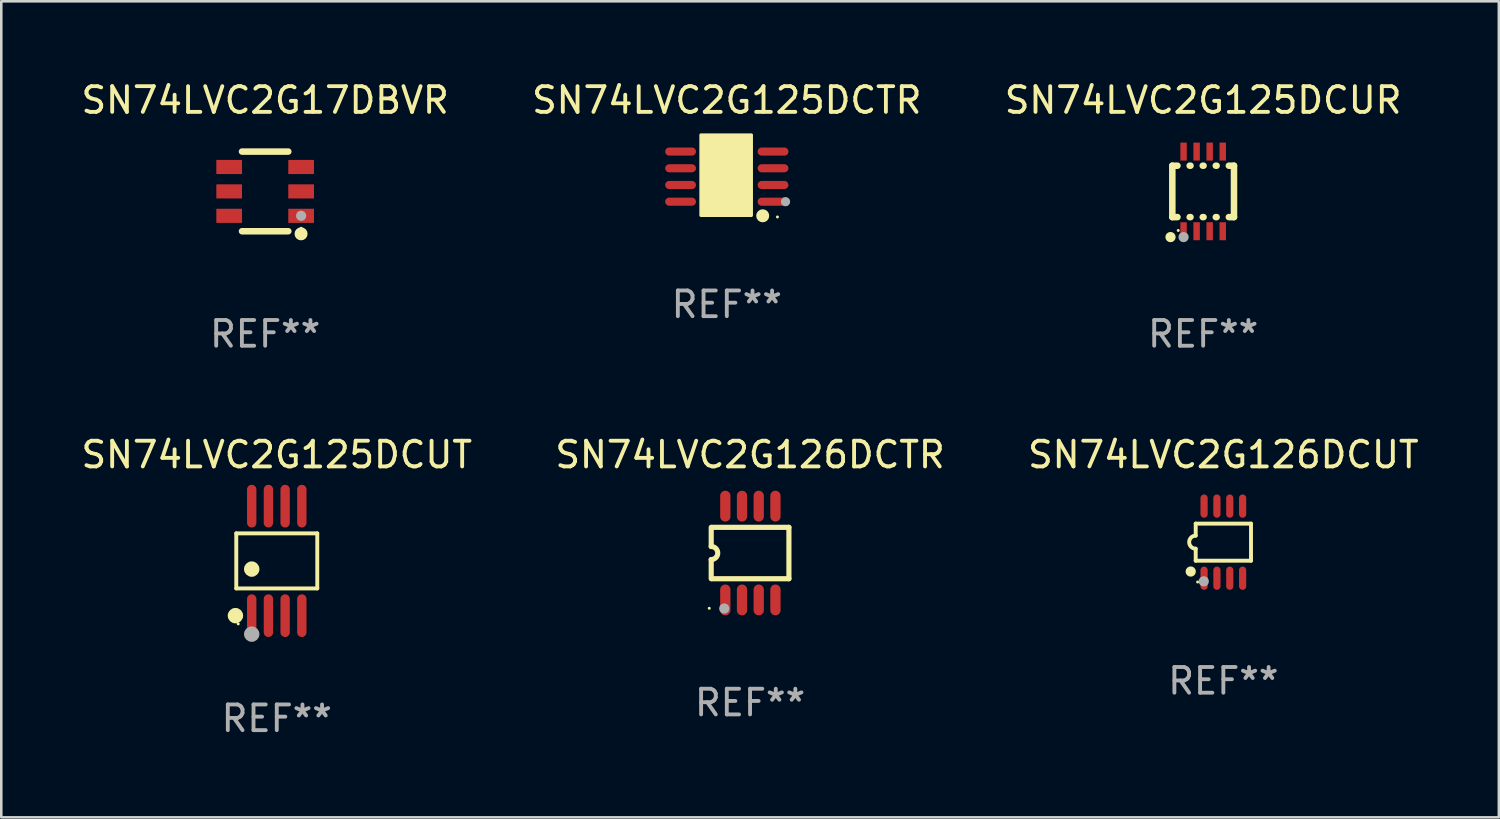
<source format=kicad_pcb>
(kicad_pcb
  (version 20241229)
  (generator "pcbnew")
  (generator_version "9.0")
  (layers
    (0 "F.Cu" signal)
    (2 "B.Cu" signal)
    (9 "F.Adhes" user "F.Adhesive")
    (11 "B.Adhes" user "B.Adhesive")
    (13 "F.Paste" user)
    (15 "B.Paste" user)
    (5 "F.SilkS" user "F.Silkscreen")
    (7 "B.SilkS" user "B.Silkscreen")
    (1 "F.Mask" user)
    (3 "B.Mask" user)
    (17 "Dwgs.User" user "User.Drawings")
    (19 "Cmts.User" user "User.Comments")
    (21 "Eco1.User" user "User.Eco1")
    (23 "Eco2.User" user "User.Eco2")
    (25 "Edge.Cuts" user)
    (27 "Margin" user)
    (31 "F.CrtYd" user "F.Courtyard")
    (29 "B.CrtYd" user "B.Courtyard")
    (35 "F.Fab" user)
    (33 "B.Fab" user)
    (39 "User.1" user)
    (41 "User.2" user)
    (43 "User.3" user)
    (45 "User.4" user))
  (footprint "SN74LVC2G17DBVR"
    (layer "F.Cu")
    (at 7.268 4.398)
    (property "Reference" "SN74LVC2G17DBVR" (at 0 -3.55 0) (layer "F.SilkS") (effects (font (size 1 1) (thickness 0.15))))
    (attr through_hole)
    (fp_line (start -0.9 -1.55) (end 0.9 -1.55) (stroke (width 0.254) (type solid)) (layer "F.SilkS"))
    (fp_line (start -0.9 1.55) (end 0.9 1.55) (stroke (width 0.254) (type solid)) (layer "F.SilkS"))
    (fp_circle (center 1.397 1.651) (end 1.524 1.651) (stroke (width 0.254) (type solid)) (fill no) (layer "F.SilkS"))
    (fp_circle (center 1.4 1.435) (end 1.43 1.435) (stroke (width 0.06) (type solid)) (fill no) (layer "F.SilkS"))
    (fp_circle (center 1.4 0.95) (end 1.5 0.95) (stroke (width 0.2) (type solid)) (fill no) (layer "F.Fab"))
    (fp_text user "REF**" (at 0 5.55 0) (layer "F.Fab") (effects (font (size 1 1) (thickness 0.15))))
    (pad "1" smd rect (at 1.4 0.95) (size 1 0.55) (layers "F.Cu" "F.Mask" "F.Paste"))
    (pad "2" smd rect (at 1.4 -0.000102) (size 1 0.55) (layers "F.Cu" "F.Mask" "F.Paste"))
    (pad "3" smd rect (at 1.4 -0.95) (size 1 0.55) (layers "F.Cu" "F.Mask" "F.Paste"))
    (pad "4" smd rect (at -1.4 -0.95) (size 1 0.55) (layers "F.Cu" "F.Mask" "F.Paste"))
    (pad "5" smd rect (at -1.4 -0.000102) (size 1 0.55) (layers "F.Cu" "F.Mask" "F.Paste"))
    (pad "6" smd rect (at -1.4 0.95) (size 1 0.55) (layers "F.Cu" "F.Mask" "F.Paste")))
  (footprint "SN74LVC2G126DCUT"
    (layer "F.Cu")
    (at 44.554 18.047)
    (property "Reference" "SN74LVC2G126DCUT" (at 0 -3.403 0) (layer "F.SilkS") (effects (font (size 1 1) (thickness 0.15))))
    (attr through_hole)
    (fp_line (start -1.076 -0.721) (end 1.076 -0.721) (stroke (width 0.152) (type solid)) (layer "F.SilkS"))
    (fp_line (start -1.076 -0.254) (end -1.076 -0.721) (stroke (width 0.152) (type solid)) (layer "F.SilkS"))
    (fp_line (start -1.076 0.254) (end -1.076 0.721) (stroke (width 0.152) (type solid)) (layer "F.SilkS"))
    (fp_line (start 1.076 -0.721) (end 1.076 0.721) (stroke (width 0.152) (type solid)) (layer "F.SilkS"))
    (fp_line (start 1.076 0.721) (end -1.076 0.721) (stroke (width 0.152) (type solid)) (layer "F.SilkS"))
    (fp_arc (start -1.076226 0.254051) (mid -1.330226 0.000051) (end -1.076226 -0.253949) (stroke (width 0.151994) (type solid)) (layer "F.SilkS"))
    (fp_circle (center -1.27 1.143) (end -1.17 1.143) (stroke (width 0.2) (type solid)) (fill no) (layer "F.SilkS"))
    (fp_circle (center -1 1.55) (end -0.97 1.55) (stroke (width 0.06) (type solid)) (fill no) (layer "F.SilkS"))
    (fp_circle (center -0.762 1.524) (end -0.662 1.524) (stroke (width 0.2) (type solid)) (fill no) (layer "F.Fab"))
    (fp_text user "REF**" (at 0 5.403 0) (layer "F.Fab") (effects (font (size 1 1) (thickness 0.15))))
    (pad "1" smd oval (at -0.75 1.403) (size 0.28 0.905) (layers "F.Cu" "F.Mask" "F.Paste"))
    (pad "2" smd oval (at -0.25 1.403) (size 0.28 0.905) (layers "F.Cu" "F.Mask" "F.Paste"))
    (pad "3" smd oval (at 0.25 1.403) (size 0.28 0.905) (layers "F.Cu" "F.Mask" "F.Paste"))
    (pad "4" smd oval (at 0.75 1.403) (size 0.28 0.905) (layers "F.Cu" "F.Mask" "F.Paste"))
    (pad "5" smd oval (at 0.75 -1.403) (size 0.28 0.905) (layers "F.Cu" "F.Mask" "F.Paste"))
    (pad "6" smd oval (at 0.25 -1.403) (size 0.28 0.905) (layers "F.Cu" "F.Mask" "F.Paste"))
    (pad "7" smd oval (at -0.25 -1.403) (size 0.28 0.905) (layers "F.Cu" "F.Mask" "F.Paste"))
    (pad "8" smd oval (at -0.75 -1.403) (size 0.28 0.905) (layers "F.Cu" "F.Mask" "F.Paste")))
  (footprint "SN74LVC2G125DCUR"
    (layer "F.Cu")
    (at 43.768 4.398)
    (property "Reference" "SN74LVC2G125DCUR" (at 0 -3.55 0) (layer "F.SilkS") (effects (font (size 1 1) (thickness 0.15))))
    (attr through_hole)
    (fp_line (start -1.2 -1) (end -1 -1) (stroke (width 0.254) (type solid)) (layer "F.SilkS"))
    (fp_line (start -1.2 1) (end -1.2 -1) (stroke (width 0.254) (type solid)) (layer "F.SilkS"))
    (fp_line (start -1.2 1) (end -1 1) (stroke (width 0.254) (type solid)) (layer "F.SilkS"))
    (fp_line (start -0.524 -1) (end -0.492 -1) (stroke (width 0.254) (type solid)) (layer "F.SilkS"))
    (fp_line (start -0.524 1) (end -0.492 1) (stroke (width 0.254) (type solid)) (layer "F.SilkS"))
    (fp_line (start -0.016 -1) (end 0.016 -1) (stroke (width 0.254) (type solid)) (layer "F.SilkS"))
    (fp_line (start -0.016 1) (end 0.016 1) (stroke (width 0.254) (type solid)) (layer "F.SilkS"))
    (fp_line (start 0.492 -1) (end 0.524 -1) (stroke (width 0.254) (type solid)) (layer "F.SilkS"))
    (fp_line (start 0.492 1) (end 0.524 1) (stroke (width 0.254) (type solid)) (layer "F.SilkS"))
    (fp_line (start 1 -1) (end 1.2 -1) (stroke (width 0.254) (type solid)) (layer "F.SilkS"))
    (fp_line (start 1 1) (end 1.2 1) (stroke (width 0.254) (type solid)) (layer "F.SilkS"))
    (fp_line (start 1.2 -1) (end 1.2 1) (stroke (width 0.254) (type solid)) (layer "F.SilkS"))
    (fp_circle (center -1.27 1.778) (end -1.17 1.778) (stroke (width 0.2) (type solid)) (fill no) (layer "F.SilkS"))
    (fp_circle (center -0.97 1.52) (end -0.94 1.52) (stroke (width 0.06) (type solid)) (fill no) (layer "F.SilkS"))
    (fp_circle (center -0.762 1.778) (end -0.662 1.778) (stroke (width 0.2) (type solid)) (fill no) (layer "F.Fab"))
    (fp_text user "REF**" (at 0 5.55 0) (layer "F.Fab") (effects (font (size 1 1) (thickness 0.15))))
    (pad "1" smd rect (at -0.762 1.55 180) (size 0.25 0.7) (layers "F.Cu" "F.Mask" "F.Paste"))
    (pad "2" smd rect (at -0.254 1.55 180) (size 0.25 0.7) (layers "F.Cu" "F.Mask" "F.Paste"))
    (pad "3" smd rect (at 0.254 1.55 180) (size 0.25 0.7) (layers "F.Cu" "F.Mask" "F.Paste"))
    (pad "4" smd rect (at 0.762 1.55 180) (size 0.25 0.7) (layers "F.Cu" "F.Mask" "F.Paste"))
    (pad "5" smd rect (at 0.762 -1.55 180) (size 0.25 0.7) (layers "F.Cu" "F.Mask" "F.Paste"))
    (pad "6" smd rect (at 0.254 -1.55 180) (size 0.25 0.7) (layers "F.Cu" "F.Mask" "F.Paste"))
    (pad "7" smd rect (at -0.254 -1.55 180) (size 0.25 0.7) (layers "F.Cu" "F.Mask" "F.Paste"))
    (pad "8" smd rect (at -0.762 -1.55 180) (size 0.25 0.7) (layers "F.Cu" "F.Mask" "F.Paste")))
  (footprint "SN74LVC2G125DCUT"
    (layer "F.Cu")
    (at 7.72 18.776)
    (property "Reference" "SN74LVC2G125DCUT" (at 0 -4.131 0) (layer "F.SilkS") (effects (font (size 1 1) (thickness 0.15))))
    (attr through_hole)
    (fp_line (start -1.576 -1.071) (end 1.576 -1.071) (stroke (width 0.152) (type solid)) (layer "F.SilkS"))
    (fp_line (start -1.576 1.071) (end -1.576 -1.071) (stroke (width 0.152) (type solid)) (layer "F.SilkS"))
    (fp_line (start 1.576 -1.071) (end 1.576 1.071) (stroke (width 0.152) (type solid)) (layer "F.SilkS"))
    (fp_line (start 1.576 1.071) (end -1.576 1.071) (stroke (width 0.152) (type solid)) (layer "F.SilkS"))
    (fp_circle (center -1.609 2.131) (end -1.459 2.131) (stroke (width 0.3) (type solid)) (fill no) (layer "F.SilkS"))
    (fp_circle (center -1.5 2.45) (end -1.47 2.45) (stroke (width 0.06) (type solid)) (fill no) (layer "F.SilkS"))
    (fp_circle (center -0.975 0.319) (end -0.825 0.319) (stroke (width 0.3) (type solid)) (fill no) (layer "F.SilkS"))
    (fp_circle (center -0.975 2.85) (end -0.825 2.85) (stroke (width 0.3) (type solid)) (fill no) (layer "F.Fab"))
    (fp_text user "REF**" (at 0 6.131 0) (layer "F.Fab") (effects (font (size 1 1) (thickness 0.15))))
    (pad "1" smd oval (at -0.975 2.131) (size 0.364 1.662) (layers "F.Cu" "F.Mask" "F.Paste"))
    (pad "2" smd oval (at -0.325 2.131) (size 0.364 1.662) (layers "F.Cu" "F.Mask" "F.Paste"))
    (pad "3" smd oval (at 0.325 2.131) (size 0.364 1.662) (layers "F.Cu" "F.Mask" "F.Paste"))
    (pad "4" smd oval (at 0.975 2.131) (size 0.364 1.662) (layers "F.Cu" "F.Mask" "F.Paste"))
    (pad "5" smd oval (at 0.975 -2.131) (size 0.364 1.662) (layers "F.Cu" "F.Mask" "F.Paste"))
    (pad "6" smd oval (at 0.325 -2.131) (size 0.364 1.662) (layers "F.Cu" "F.Mask" "F.Paste"))
    (pad "7" smd oval (at -0.325 -2.131) (size 0.364 1.662) (layers "F.Cu" "F.Mask" "F.Paste"))
    (pad "8" smd oval (at -0.975 -2.131) (size 0.364 1.662) (layers "F.Cu" "F.Mask" "F.Paste")))
  (footprint "SN74LVC2G125DCTR"
    (layer "F.Cu")
    (at 25.232 3.823)
    (property "Reference" "SN74LVC2G125DCTR" (at 0 -2.975 0) (layer "F.SilkS") (effects (font (size 1 1) (thickness 0.15))))
    (attr through_hole)
    (fp_circle (center 0.508 1.016) (end 0.658 1.016) (stroke (width 0.3) (type solid)) (fill no) (layer "F.SilkS"))
    (fp_circle (center 1.397 1.524) (end 1.524 1.524) (stroke (width 0.254) (type solid)) (fill no) (layer "F.SilkS"))
    (fp_circle (center 1.97 1.57) (end 2 1.57) (stroke (width 0.06) (type solid)) (fill no) (layer "F.SilkS"))
    (fp_poly (pts (xy -1.008 -1.623) (xy 0.958 -1.623) (xy 0.958 1.51) (xy -1.008 1.51)) (stroke (width 0.12) (type solid)) (fill yes) (layer "F.SilkS"))
    (fp_circle (center 2.286 0.975) (end 2.376 0.975) (stroke (width 0.18) (type solid)) (fill no) (layer "F.Fab"))
    (fp_text user "REF**" (at 0 4.975 0) (layer "F.Fab") (effects (font (size 1 1) (thickness 0.15))))
    (pad "1" smd oval (at 1.799 0.975 90) (size 0.315 1.198) (layers "F.Cu" "F.Mask" "F.Paste"))
    (pad "2" smd oval (at 1.799 0.325 90) (size 0.315 1.198) (layers "F.Cu" "F.Mask" "F.Paste"))
    (pad "3" smd oval (at 1.799 -0.325 90) (size 0.315 1.198) (layers "F.Cu" "F.Mask" "F.Paste"))
    (pad "4" smd oval (at 1.799 -0.975 90) (size 0.315 1.198) (layers "F.Cu" "F.Mask" "F.Paste"))
    (pad "5" smd oval (at -1.799 -0.975 90) (size 0.315 1.198) (layers "F.Cu" "F.Mask" "F.Paste"))
    (pad "6" smd oval (at -1.799 -0.325 90) (size 0.315 1.198) (layers "F.Cu" "F.Mask" "F.Paste"))
    (pad "7" smd oval (at -1.799 0.325 90) (size 0.315 1.198) (layers "F.Cu" "F.Mask" "F.Paste"))
    (pad "8" smd oval (at -1.799 0.975 90) (size 0.315 1.198) (layers "F.Cu" "F.Mask" "F.Paste")))
  (footprint "SN74LVC2G126DCTR"
    (layer "F.Cu")
    (at 26.137 18.47)
    (property "Reference" "SN74LVC2G126DCTR" (at 0 -3.825 0) (layer "F.SilkS") (effects (font (size 1 1) (thickness 0.15))))
    (attr through_hole)
    (fp_line (start -1.512 -0.254) (end -1.512 -1) (stroke (width 0.2) (type solid)) (layer "F.SilkS"))
    (fp_line (start -1.512 0.254) (end -1.512 1) (stroke (width 0.2) (type solid)) (layer "F.SilkS"))
    (fp_line (start -1.488 -1) (end 1.512 -1) (stroke (width 0.2) (type solid)) (layer "F.SilkS"))
    (fp_line (start 1.512 -1) (end 1.512 1) (stroke (width 0.2) (type solid)) (layer "F.SilkS"))
    (fp_line (start 1.512 1) (end -1.488 1) (stroke (width 0.2) (type solid)) (layer "F.SilkS"))
    (fp_arc (start -1.512002 -0.254001) (mid -1.258001 0) (end -1.512002 0.254001) (stroke (width 0.2) (type solid)) (layer "F.SilkS"))
    (fp_circle (center -1.588 2.15) (end -1.558 2.15) (stroke (width 0.06) (type solid)) (fill no) (layer "F.SilkS"))
    (fp_circle (center -1.004 2.159) (end -0.904 2.159) (stroke (width 0.2) (type solid)) (fill no) (layer "F.Fab"))
    (fp_text user "REF**" (at 0 5.825 0) (layer "F.Fab") (effects (font (size 1 1) (thickness 0.15))))
    (pad "1" smd oval (at -0.963 1.825 270) (size 1.2 0.4) (layers "F.Cu" "F.Mask" "F.Paste"))
    (pad "2" smd oval (at -0.313 1.825 270) (size 1.2 0.4) (layers "F.Cu" "F.Mask" "F.Paste"))
    (pad "3" smd oval (at 0.337 1.825 270) (size 1.2 0.4) (layers "F.Cu" "F.Mask" "F.Paste"))
    (pad "4" smd oval (at 0.987 1.825 270) (size 1.2 0.4) (layers "F.Cu" "F.Mask" "F.Paste"))
    (pad "5" smd oval (at 0.987 -1.825 270) (size 1.2 0.4) (layers "F.Cu" "F.Mask" "F.Paste"))
    (pad "6" smd oval (at 0.337 -1.825 270) (size 1.2 0.4) (layers "F.Cu" "F.Mask" "F.Paste"))
    (pad "7" smd oval (at -0.313 -1.825 270) (size 1.2 0.4) (layers "F.Cu" "F.Mask" "F.Paste"))
    (pad "8" smd oval (at -0.963 -1.825 270) (size 1.2 0.4) (layers "F.Cu" "F.Mask" "F.Paste")))
  (gr_rect
    (start -3 -3)
    (end 55.274 28.755)
    (stroke (width 0.1) (type default))
    (fill no)
    (layer "Edge.Cuts")))
</source>
